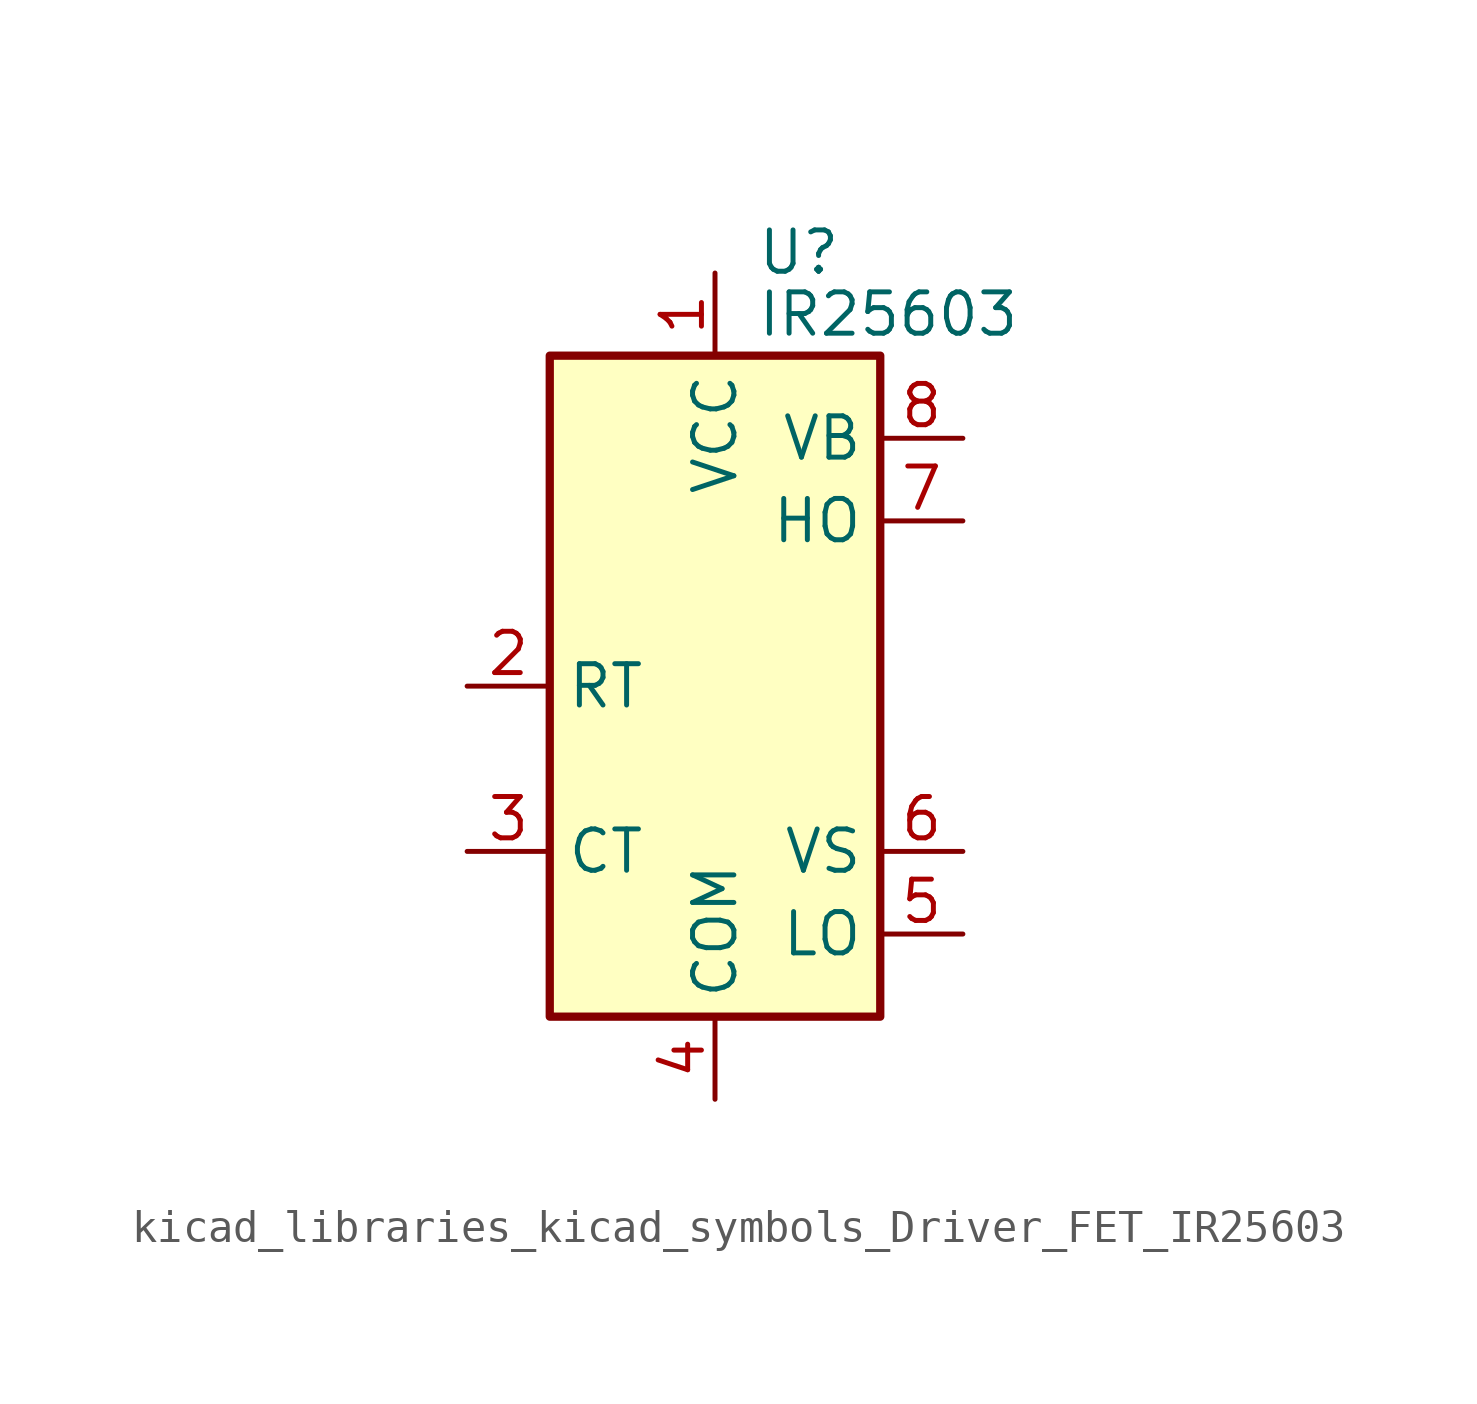
<source format=kicad_sym>
(kicad_symbol_lib
  (version 20220914)
  (generator kicad_symbol_editor)
  (symbol "kicad_libraries_kicad_symbols_Driver_FET_IR25603"
    (property "Reference" "U"
      (at 1.27 13.335 0)
      (effects (font (size 1.27 1.27)) (justify left)))
    (property "Value" "IR25603"
      (at 1.27 11.43 0)
      (effects (font (size 1.27 1.27)) (justify left)))
    (symbol "kicad_libraries_kicad_symbols_Driver_FET_IR25603_0_1"
      (rectangle (start -5.08 -10.16) (end 5.08 10.16) (stroke (width 0.254) (type default)) (fill (type background))))
    (symbol "kicad_libraries_kicad_symbols_Driver_FET_IR25603_1_1"
      (pin power_in line (at 0 12.7 270) (length 2.54) (name "VCC" (effects (font (size 1.27 1.27)))) (number "1" (effects (font (size 1.27 1.27)))))
      (pin passive line (at -7.62 0 0) (length 2.54) (name "RT" (effects (font (size 1.27 1.27)))) (number "2" (effects (font (size 1.27 1.27)))))
      (pin passive line (at -7.62 -5.08 0) (length 2.54) (name "CT" (effects (font (size 1.27 1.27)))) (number "3" (effects (font (size 1.27 1.27)))))
      (pin power_in line (at 0 -12.7 90) (length 2.54) (name "COM" (effects (font (size 1.27 1.27)))) (number "4" (effects (font (size 1.27 1.27)))))
      (pin output line (at 7.62 -7.62 180) (length 2.54) (name "LO" (effects (font (size 1.27 1.27)))) (number "5" (effects (font (size 1.27 1.27)))))
      (pin passive line (at 7.62 -5.08 180) (length 2.54) (name "VS" (effects (font (size 1.27 1.27)))) (number "6" (effects (font (size 1.27 1.27)))))
      (pin output line (at 7.62 5.08 180) (length 2.54) (name "HO" (effects (font (size 1.27 1.27)))) (number "7" (effects (font (size 1.27 1.27)))))
      (pin passive line (at 7.62 7.62 180) (length 2.54) (name "VB" (effects (font (size 1.27 1.27)))) (number "8" (effects (font (size 1.27 1.27))))))))
</source>
